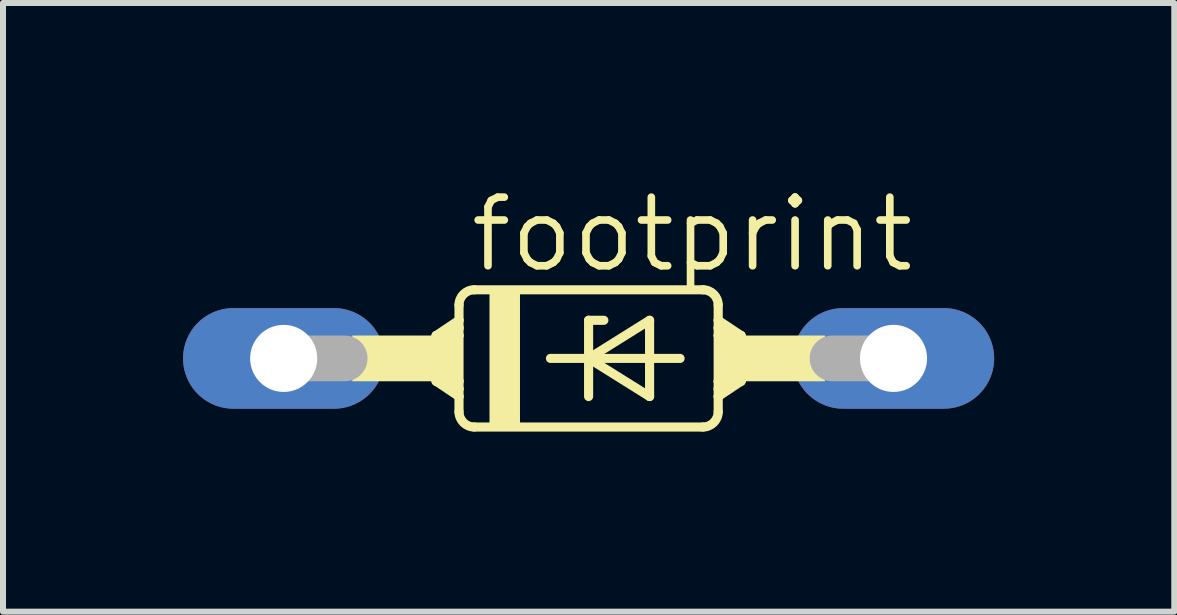
<source format=kicad_pcb>
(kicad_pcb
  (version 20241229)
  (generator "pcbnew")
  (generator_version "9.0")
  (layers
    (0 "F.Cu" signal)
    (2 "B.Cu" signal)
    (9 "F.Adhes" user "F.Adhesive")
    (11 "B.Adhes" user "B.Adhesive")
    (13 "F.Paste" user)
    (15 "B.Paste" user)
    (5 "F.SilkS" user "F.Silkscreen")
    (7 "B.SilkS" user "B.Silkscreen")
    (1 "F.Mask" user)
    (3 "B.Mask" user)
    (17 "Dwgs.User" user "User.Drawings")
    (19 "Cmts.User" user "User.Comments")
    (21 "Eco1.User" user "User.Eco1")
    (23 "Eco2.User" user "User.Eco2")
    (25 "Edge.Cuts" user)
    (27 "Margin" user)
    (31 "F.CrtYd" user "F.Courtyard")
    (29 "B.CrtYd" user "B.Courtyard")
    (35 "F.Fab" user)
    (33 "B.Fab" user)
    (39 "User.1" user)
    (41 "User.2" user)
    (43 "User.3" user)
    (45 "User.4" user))
  (footprint "footprint"
    (layer "F.Cu")
    (at 6.756 2.921)
    (property "Reference" "footprint" (at -2.032 -1.397 0) (layer "F.SilkS") (effects (font (size 1.143 1.143) (thickness 0.127)) (justify left bottom)))
    (fp_line (start -2.54 -0.381) (end -2.54 0.381) (stroke (width 0.152) (type solid)) (layer "F.SilkS"))
    (fp_line (start -2.54 -0.381) (end -2.413 -0.381) (stroke (width 0.152) (type solid)) (layer "F.SilkS"))
    (fp_line (start -2.54 0.381) (end -2.413 0.381) (stroke (width 0.152) (type solid)) (layer "F.SilkS"))
    (fp_line (start -2.54 0.381) (end -2.159 0.635) (stroke (width 0.152) (type solid)) (layer "F.SilkS"))
    (fp_line (start -2.413 -0.381) (end -2.159 -0.381) (stroke (width 0.152) (type solid)) (layer "F.SilkS"))
    (fp_line (start -2.413 0.381) (end -2.159 0.381) (stroke (width 0.152) (type solid)) (layer "F.SilkS"))
    (fp_line (start -2.159 -0.635) (end -2.54 -0.381) (stroke (width 0.152) (type solid)) (layer "F.SilkS"))
    (fp_line (start -2.159 -0.635) (end -2.159 -0.889) (stroke (width 0.152) (type solid)) (layer "F.SilkS"))
    (fp_line (start -2.159 -0.635) (end -2.159 -0.508) (stroke (width 0.152) (type solid)) (layer "F.SilkS"))
    (fp_line (start -2.159 -0.508) (end -2.413 -0.381) (stroke (width 0.152) (type solid)) (layer "F.SilkS"))
    (fp_line (start -2.159 -0.508) (end -2.159 -0.381) (stroke (width 0.152) (type solid)) (layer "F.SilkS"))
    (fp_line (start -2.159 -0.381) (end -2.159 0.381) (stroke (width 0.152) (type solid)) (layer "F.SilkS"))
    (fp_line (start -2.159 0.381) (end -2.159 0.508) (stroke (width 0.152) (type solid)) (layer "F.SilkS"))
    (fp_line (start -2.159 0.508) (end -2.413 0.381) (stroke (width 0.152) (type solid)) (layer "F.SilkS"))
    (fp_line (start -2.159 0.508) (end -2.159 0.635) (stroke (width 0.152) (type solid)) (layer "F.SilkS"))
    (fp_line (start -2.159 0.635) (end -2.159 0.889) (stroke (width 0.152) (type solid)) (layer "F.SilkS"))
    (fp_line (start -1.905 -1.143) (end 1.905 -1.143) (stroke (width 0.152) (type solid)) (layer "F.SilkS"))
    (fp_line (start -1.905 1.143) (end 1.905 1.143) (stroke (width 0.152) (type solid)) (layer "F.SilkS"))
    (fp_line (start -0.635 0) (end 0 0) (stroke (width 0.152) (type solid)) (layer "F.SilkS"))
    (fp_line (start 0 -0.635) (end 0 0) (stroke (width 0.152) (type solid)) (layer "F.SilkS"))
    (fp_line (start 0 0) (end 0 0.635) (stroke (width 0.152) (type solid)) (layer "F.SilkS"))
    (fp_line (start 0 0) (end 1.016 -0.635) (stroke (width 0.152) (type solid)) (layer "F.SilkS"))
    (fp_line (start 0 0) (end 1.524 0) (stroke (width 0.152) (type solid)) (layer "F.SilkS"))
    (fp_line (start 0.254 -0.635) (end 0 -0.635) (stroke (width 0.152) (type solid)) (layer "F.SilkS"))
    (fp_line (start 1.016 -0.635) (end 1.016 0.635) (stroke (width 0.152) (type solid)) (layer "F.SilkS"))
    (fp_line (start 1.016 0.635) (end 0 0) (stroke (width 0.152) (type solid)) (layer "F.SilkS"))
    (fp_line (start 2.159 -0.635) (end 2.159 -0.889) (stroke (width 0.152) (type solid)) (layer "F.SilkS"))
    (fp_line (start 2.159 -0.635) (end 2.54 -0.381) (stroke (width 0.152) (type solid)) (layer "F.SilkS"))
    (fp_line (start 2.159 -0.508) (end 2.159 -0.635) (stroke (width 0.152) (type solid)) (layer "F.SilkS"))
    (fp_line (start 2.159 -0.508) (end 2.413 -0.381) (stroke (width 0.152) (type solid)) (layer "F.SilkS"))
    (fp_line (start 2.159 -0.381) (end 2.159 -0.508) (stroke (width 0.152) (type solid)) (layer "F.SilkS"))
    (fp_line (start 2.159 0.381) (end 2.159 -0.381) (stroke (width 0.152) (type solid)) (layer "F.SilkS"))
    (fp_line (start 2.159 0.508) (end 2.159 0.381) (stroke (width 0.152) (type solid)) (layer "F.SilkS"))
    (fp_line (start 2.159 0.508) (end 2.413 0.381) (stroke (width 0.152) (type solid)) (layer "F.SilkS"))
    (fp_line (start 2.159 0.635) (end 2.159 0.508) (stroke (width 0.152) (type solid)) (layer "F.SilkS"))
    (fp_line (start 2.159 0.635) (end 2.159 0.889) (stroke (width 0.152) (type solid)) (layer "F.SilkS"))
    (fp_line (start 2.159 0.635) (end 2.54 0.381) (stroke (width 0.152) (type solid)) (layer "F.SilkS"))
    (fp_line (start 2.413 -0.381) (end 2.159 -0.381) (stroke (width 0.152) (type solid)) (layer "F.SilkS"))
    (fp_line (start 2.413 0.381) (end 2.159 0.381) (stroke (width 0.152) (type solid)) (layer "F.SilkS"))
    (fp_line (start 2.54 -0.381) (end 2.413 -0.381) (stroke (width 0.152) (type solid)) (layer "F.SilkS"))
    (fp_line (start 2.54 -0.381) (end 2.54 0.381) (stroke (width 0.152) (type solid)) (layer "F.SilkS"))
    (fp_line (start 2.54 0.381) (end 2.413 0.381) (stroke (width 0.152) (type solid)) (layer "F.SilkS"))
    (fp_arc (start -2.159 -0.889) (mid -2.084605 -1.068605) (end -1.905 -1.143) (stroke (width 0.1524) (type solid)) (layer "F.SilkS"))
    (fp_arc (start -1.905 1.143) (mid -2.084605 1.068605) (end -2.159 0.889) (stroke (width 0.1524) (type solid)) (layer "F.SilkS"))
    (fp_arc (start 1.905 -1.143) (mid 2.084605 -1.068605) (end 2.159 -0.889) (stroke (width 0.1524) (type solid)) (layer "F.SilkS"))
    (fp_arc (start 2.159 0.889) (mid 2.084605 1.068605) (end 1.905 1.143) (stroke (width 0.1524) (type solid)) (layer "F.SilkS"))
    (fp_poly (pts (xy -3.937 0.381) (xy -2.159 0.381) (xy -2.159 -0.381) (xy -3.937 -0.381)) (stroke (width 0) (type solid)) (fill yes) (layer "F.SilkS"))
    (fp_poly (pts (xy -1.651 1.143) (xy -1.143 1.143) (xy -1.143 -1.143) (xy -1.651 -1.143)) (stroke (width 0) (type solid)) (fill yes) (layer "F.SilkS"))
    (fp_poly (pts (xy 2.159 0.381) (xy 3.937 0.381) (xy 3.937 -0.381) (xy 2.159 -0.381)) (stroke (width 0) (type solid)) (fill yes) (layer "F.SilkS"))
    (fp_line (start -5.08 0) (end -4.064 0) (stroke (width 0.762) (type solid)) (layer "F.Fab"))
    (fp_line (start 5.08 0) (end 4.064 0) (stroke (width 0.762) (type solid)) (layer "F.Fab"))
    (pad "A" thru_hole oval (at 5.08 0) (size 3.353 1.676) (drill 1.118) (layers "*.Cu" "*.Mask"))
    (pad "C" thru_hole oval (at -5.08 0) (size 3.353 1.676) (drill 1.118) (layers "*.Cu" "*.Mask")))
  (gr_rect
    (start -3 -3)
    (end 16.513 7.14)
    (stroke (width 0.1) (type default))
    (fill no)
    (layer "Edge.Cuts")))
</source>
